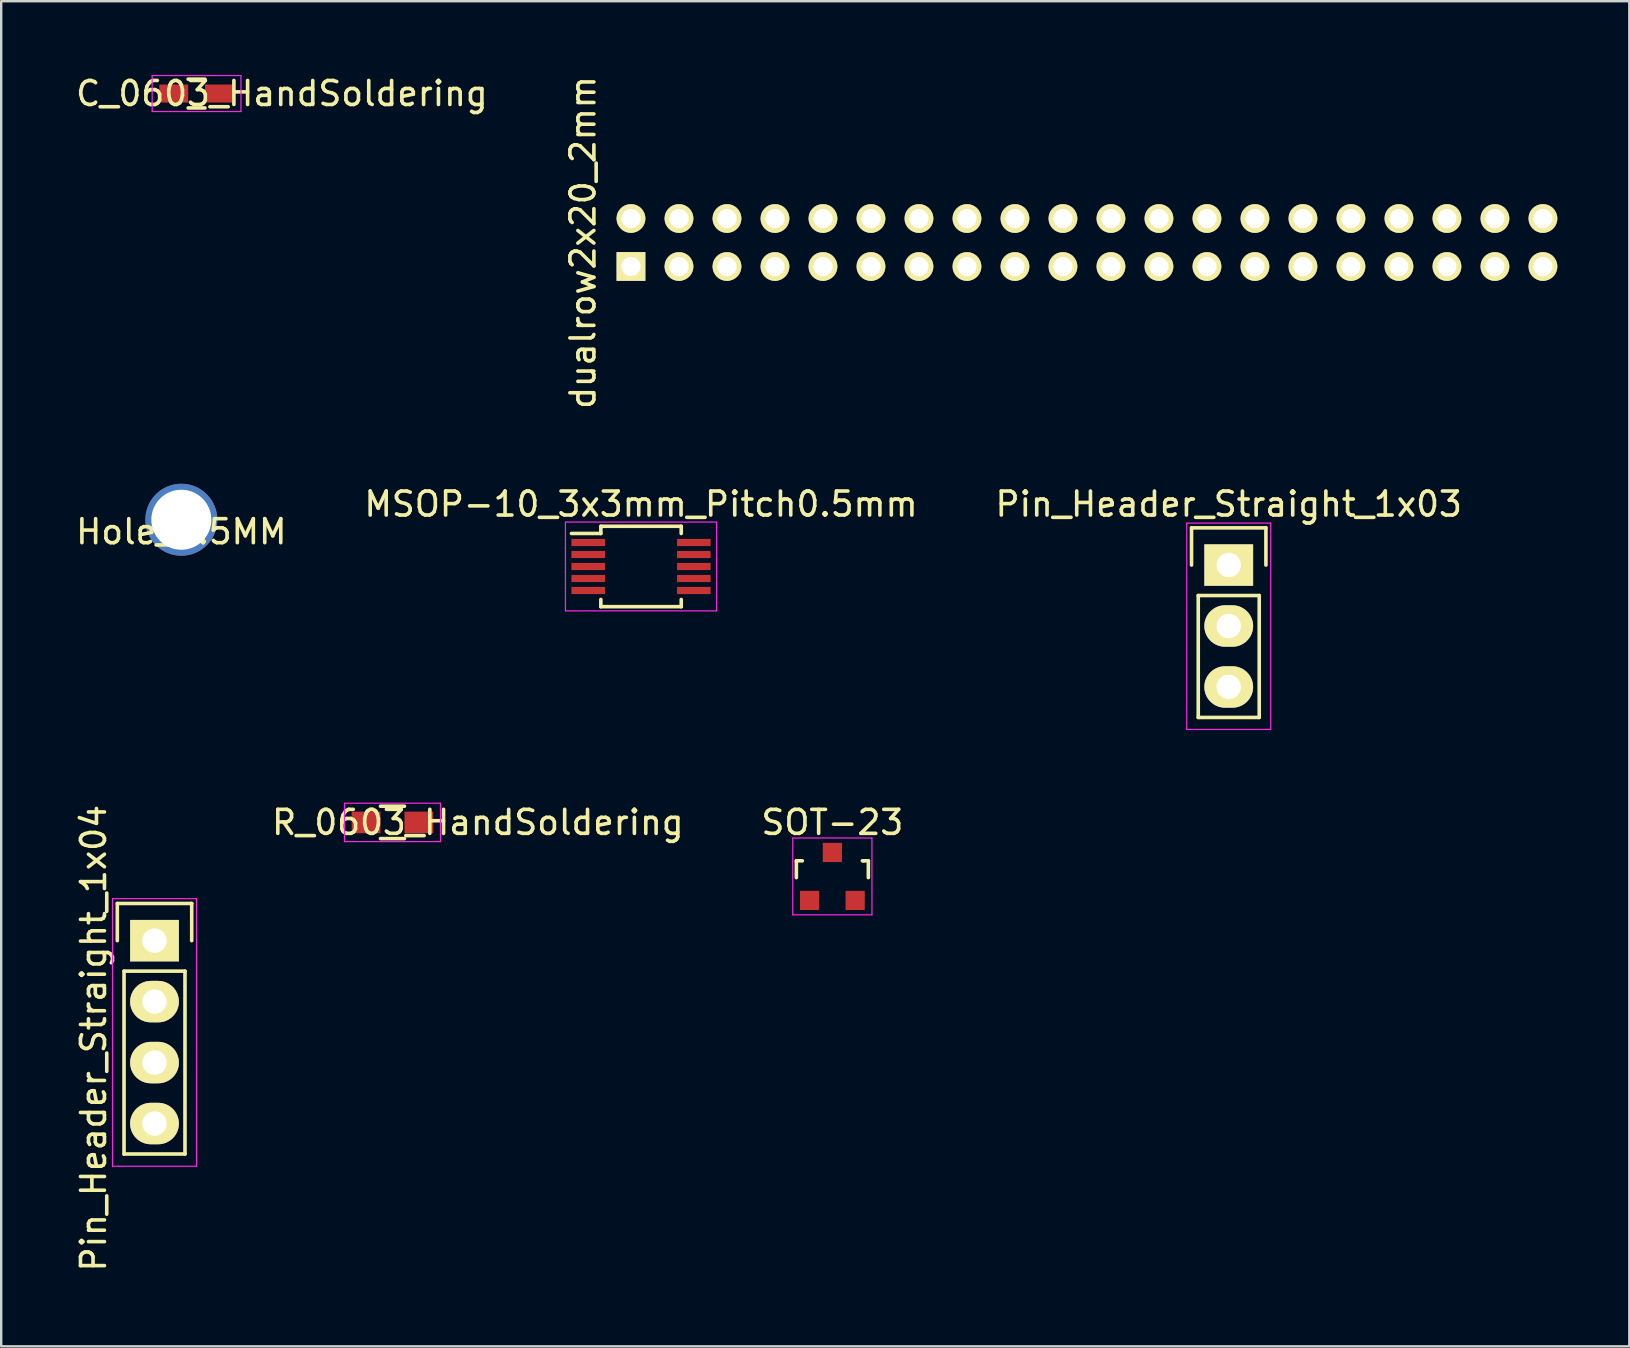
<source format=kicad_pcb>
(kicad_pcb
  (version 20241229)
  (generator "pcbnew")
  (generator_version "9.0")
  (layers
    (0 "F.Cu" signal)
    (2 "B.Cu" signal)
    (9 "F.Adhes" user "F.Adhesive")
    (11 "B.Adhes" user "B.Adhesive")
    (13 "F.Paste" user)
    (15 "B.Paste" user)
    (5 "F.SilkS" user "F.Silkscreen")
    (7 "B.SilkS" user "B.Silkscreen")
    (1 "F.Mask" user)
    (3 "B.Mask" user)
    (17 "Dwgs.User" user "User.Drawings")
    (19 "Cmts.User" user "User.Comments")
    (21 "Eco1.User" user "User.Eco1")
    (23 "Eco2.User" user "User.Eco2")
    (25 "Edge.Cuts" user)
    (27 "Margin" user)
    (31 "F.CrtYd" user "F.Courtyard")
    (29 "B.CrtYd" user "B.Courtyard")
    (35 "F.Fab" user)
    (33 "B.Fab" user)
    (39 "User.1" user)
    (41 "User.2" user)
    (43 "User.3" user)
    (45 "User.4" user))
  (footprint "MSOP-10_3x3mm_Pitch0.5mm"
    (layer "F.Cu")
    (at 23.661 20.555)
    (property "Reference" "MSOP-10_3x3mm_Pitch0.5mm" (at 0 -2.6 0) (layer "F.SilkS") (effects (font (size 1 1) (thickness 0.15))))
    (attr smd)
    (fp_line (start -1.675 -1.675) (end -1.675 -1.375) (stroke (width 0.15) (type solid)) (layer "F.SilkS"))
    (fp_line (start -1.675 -1.675) (end 1.675 -1.675) (stroke (width 0.15) (type solid)) (layer "F.SilkS"))
    (fp_line (start -1.675 -1.375) (end -2.9 -1.375) (stroke (width 0.15) (type solid)) (layer "F.SilkS"))
    (fp_line (start -1.675 1.675) (end -1.675 1.375) (stroke (width 0.15) (type solid)) (layer "F.SilkS"))
    (fp_line (start -1.675 1.675) (end 1.675 1.675) (stroke (width 0.15) (type solid)) (layer "F.SilkS"))
    (fp_line (start 1.675 -1.675) (end 1.675 -1.375) (stroke (width 0.15) (type solid)) (layer "F.SilkS"))
    (fp_line (start 1.675 1.675) (end 1.675 1.375) (stroke (width 0.15) (type solid)) (layer "F.SilkS"))
    (fp_line (start -3.15 -1.85) (end -3.15 1.85) (stroke (width 0.05) (type solid)) (layer "F.CrtYd"))
    (fp_line (start -3.15 -1.85) (end 3.15 -1.85) (stroke (width 0.05) (type solid)) (layer "F.CrtYd"))
    (fp_line (start -3.15 1.85) (end 3.15 1.85) (stroke (width 0.05) (type solid)) (layer "F.CrtYd"))
    (fp_line (start 3.15 -1.85) (end 3.15 1.85) (stroke (width 0.05) (type solid)) (layer "F.CrtYd"))
    (pad "1" smd rect (at -2.2 -1) (size 1.4 0.3) (layers "F.Cu" "F.Mask" "F.Paste"))
    (pad "2" smd rect (at -2.2 -0.5) (size 1.4 0.3) (layers "F.Cu" "F.Mask" "F.Paste"))
    (pad "3" smd rect (at -2.2 0) (size 1.4 0.3) (layers "F.Cu" "F.Mask" "F.Paste"))
    (pad "4" smd rect (at -2.2 0.5) (size 1.4 0.3) (layers "F.Cu" "F.Mask" "F.Paste"))
    (pad "5" smd rect (at -2.2 1) (size 1.4 0.3) (layers "F.Cu" "F.Mask" "F.Paste"))
    (pad "6" smd rect (at 2.2 1) (size 1.4 0.3) (layers "F.Cu" "F.Mask" "F.Paste"))
    (pad "7" smd rect (at 2.2 0.5) (size 1.4 0.3) (layers "F.Cu" "F.Mask" "F.Paste"))
    (pad "8" smd rect (at 2.2 0) (size 1.4 0.3) (layers "F.Cu" "F.Mask" "F.Paste"))
    (pad "9" smd rect (at 2.2 -0.5) (size 1.4 0.3) (layers "F.Cu" "F.Mask" "F.Paste"))
    (pad "10" smd rect (at 2.2 -1) (size 1.4 0.3) (layers "F.Cu" "F.Mask" "F.Paste")))
  (footprint "C_0603_HandSoldering"
    (layer "F.Cu")
    (at 5.14 0.848)
    (property "Reference" "C_0603_HandSoldering" (at 3.556 0 0) (layer "F.SilkS") (effects (font (size 1 1) (thickness 0.15))))
    (attr smd)
    (fp_line (start -0.35 -0.6) (end 0.35 -0.6) (stroke (width 0.15) (type solid)) (layer "F.SilkS"))
    (fp_line (start 0.35 0.6) (end -0.35 0.6) (stroke (width 0.15) (type solid)) (layer "F.SilkS"))
    (fp_line (start -1.85 -0.75) (end -1.85 0.75) (stroke (width 0.05) (type solid)) (layer "F.CrtYd"))
    (fp_line (start -1.85 -0.75) (end 1.85 -0.75) (stroke (width 0.05) (type solid)) (layer "F.CrtYd"))
    (fp_line (start -1.85 0.75) (end 1.85 0.75) (stroke (width 0.05) (type solid)) (layer "F.CrtYd"))
    (fp_line (start 1.85 -0.75) (end 1.85 0.75) (stroke (width 0.05) (type solid)) (layer "F.CrtYd"))
    (pad "1" smd rect (at -0.95 0) (size 1.2 0.75) (layers "F.Cu" "F.Mask" "F.Paste"))
    (pad "2" smd rect (at 0.95 0) (size 1.2 0.75) (layers "F.Cu" "F.Mask" "F.Paste")))
  (footprint "dualrow2x20_2mm"
    (layer "F.Cu")
    (at 23.241 8.054)
    (property "Reference" "dualrow2x20_2mm" (at -2 -1 90) (layer "F.SilkS") (effects (font (size 1 1) (thickness 0.15))))
    (attr through_hole)
    (pad "1" thru_hole rect (at 0 0) (size 1.2 1.2) (drill 0.8) (layers "*.Cu" "*.Mask" "F.SilkS"))
    (pad "2" thru_hole circle (at 0 -2) (size 1.2 1.2) (drill 0.8) (layers "*.Cu" "*.Mask" "F.SilkS"))
    (pad "3" thru_hole circle (at 2 0) (size 1.2 1.2) (drill 0.8) (layers "*.Cu" "*.Mask" "F.SilkS"))
    (pad "4" thru_hole circle (at 2 -2) (size 1.2 1.2) (drill 0.8) (layers "*.Cu" "*.Mask" "F.SilkS"))
    (pad "5" thru_hole circle (at 4 0) (size 1.2 1.2) (drill 0.8) (layers "*.Cu" "*.Mask" "F.SilkS"))
    (pad "6" thru_hole circle (at 4 -2) (size 1.2 1.2) (drill 0.8) (layers "*.Cu" "*.Mask" "F.SilkS"))
    (pad "7" thru_hole circle (at 6 0) (size 1.2 1.2) (drill 0.8) (layers "*.Cu" "*.Mask" "F.SilkS"))
    (pad "8" thru_hole circle (at 6 -2) (size 1.2 1.2) (drill 0.8) (layers "*.Cu" "*.Mask" "F.SilkS"))
    (pad "9" thru_hole circle (at 8 0) (size 1.2 1.2) (drill 0.8) (layers "*.Cu" "*.Mask" "F.SilkS"))
    (pad "10" thru_hole circle (at 8 -2) (size 1.2 1.2) (drill 0.8) (layers "*.Cu" "*.Mask" "F.SilkS"))
    (pad "11" thru_hole circle (at 10 0) (size 1.2 1.2) (drill 0.8) (layers "*.Cu" "*.Mask" "F.SilkS"))
    (pad "12" thru_hole circle (at 10 -2) (size 1.2 1.2) (drill 0.8) (layers "*.Cu" "*.Mask" "F.SilkS"))
    (pad "13" thru_hole circle (at 12 0) (size 1.2 1.2) (drill 0.8) (layers "*.Cu" "*.Mask" "F.SilkS"))
    (pad "14" thru_hole circle (at 12 -2) (size 1.2 1.2) (drill 0.8) (layers "*.Cu" "*.Mask" "F.SilkS"))
    (pad "15" thru_hole circle (at 14 0) (size 1.2 1.2) (drill 0.8) (layers "*.Cu" "*.Mask" "F.SilkS"))
    (pad "16" thru_hole circle (at 14 -2) (size 1.2 1.2) (drill 0.8) (layers "*.Cu" "*.Mask" "F.SilkS"))
    (pad "17" thru_hole circle (at 16 0) (size 1.2 1.2) (drill 0.8) (layers "*.Cu" "*.Mask" "F.SilkS"))
    (pad "18" thru_hole circle (at 16 -2) (size 1.2 1.2) (drill 0.8) (layers "*.Cu" "*.Mask" "F.SilkS"))
    (pad "19" thru_hole circle (at 18 0) (size 1.2 1.2) (drill 0.8) (layers "*.Cu" "*.Mask" "F.SilkS"))
    (pad "20" thru_hole circle (at 18 -2) (size 1.2 1.2) (drill 0.8) (layers "*.Cu" "*.Mask" "F.SilkS"))
    (pad "21" thru_hole circle (at 20 0) (size 1.2 1.2) (drill 0.8) (layers "*.Cu" "*.Mask" "F.SilkS"))
    (pad "22" thru_hole circle (at 20 -2) (size 1.2 1.2) (drill 0.8) (layers "*.Cu" "*.Mask" "F.SilkS"))
    (pad "23" thru_hole circle (at 22 0) (size 1.2 1.2) (drill 0.8) (layers "*.Cu" "*.Mask" "F.SilkS"))
    (pad "24" thru_hole circle (at 22 -2) (size 1.2 1.2) (drill 0.8) (layers "*.Cu" "*.Mask" "F.SilkS"))
    (pad "25" thru_hole circle (at 24 0) (size 1.2 1.2) (drill 0.8) (layers "*.Cu" "*.Mask" "F.SilkS"))
    (pad "26" thru_hole circle (at 24 -2) (size 1.2 1.2) (drill 0.8) (layers "*.Cu" "*.Mask" "F.SilkS"))
    (pad "27" thru_hole circle (at 26 0) (size 1.2 1.2) (drill 0.8) (layers "*.Cu" "*.Mask" "F.SilkS"))
    (pad "28" thru_hole circle (at 26 -2) (size 1.2 1.2) (drill 0.8) (layers "*.Cu" "*.Mask" "F.SilkS"))
    (pad "29" thru_hole circle (at 28 0) (size 1.2 1.2) (drill 0.8) (layers "*.Cu" "*.Mask" "F.SilkS"))
    (pad "30" thru_hole circle (at 28 -2) (size 1.2 1.2) (drill 0.8) (layers "*.Cu" "*.Mask" "F.SilkS"))
    (pad "31" thru_hole circle (at 30 0) (size 1.2 1.2) (drill 0.8) (layers "*.Cu" "*.Mask" "F.SilkS"))
    (pad "32" thru_hole circle (at 30 -2) (size 1.2 1.2) (drill 0.8) (layers "*.Cu" "*.Mask" "F.SilkS"))
    (pad "33" thru_hole circle (at 32 0) (size 1.2 1.2) (drill 0.8) (layers "*.Cu" "*.Mask" "F.SilkS"))
    (pad "34" thru_hole circle (at 32 -2) (size 1.2 1.2) (drill 0.8) (layers "*.Cu" "*.Mask" "F.SilkS"))
    (pad "35" thru_hole circle (at 34 0) (size 1.2 1.2) (drill 0.8) (layers "*.Cu" "*.Mask" "F.SilkS"))
    (pad "36" thru_hole circle (at 34 -2) (size 1.2 1.2) (drill 0.8) (layers "*.Cu" "*.Mask" "F.SilkS"))
    (pad "37" thru_hole circle (at 36 0) (size 1.2 1.2) (drill 0.8) (layers "*.Cu" "*.Mask" "F.SilkS"))
    (pad "38" thru_hole circle (at 36 -2) (size 1.2 1.2) (drill 0.8) (layers "*.Cu" "*.Mask" "F.SilkS"))
    (pad "39" thru_hole circle (at 38 0) (size 1.2 1.2) (drill 0.8) (layers "*.Cu" "*.Mask" "F.SilkS"))
    (pad "40" thru_hole circle (at 38 -2) (size 1.2 1.2) (drill 0.8) (layers "*.Cu" "*.Mask" "F.SilkS")))
  (footprint "Pin_Header_Straight_1x04"
    (layer "F.Cu")
    (at 3.388 36.146)
    (property "Reference" "Pin_Header_Straight_1x04" (at -2.54 4.064 90) (layer "F.SilkS") (effects (font (size 1 1) (thickness 0.15))))
    (attr through_hole)
    (fp_line (start -1.55 -1.55) (end 1.55 -1.55) (stroke (width 0.15) (type solid)) (layer "F.SilkS"))
    (fp_line (start -1.55 0) (end -1.55 -1.55) (stroke (width 0.15) (type solid)) (layer "F.SilkS"))
    (fp_line (start -1.27 1.27) (end -1.27 8.89) (stroke (width 0.15) (type solid)) (layer "F.SilkS"))
    (fp_line (start -1.27 8.89) (end 1.27 8.89) (stroke (width 0.15) (type solid)) (layer "F.SilkS"))
    (fp_line (start 1.27 1.27) (end -1.27 1.27) (stroke (width 0.15) (type solid)) (layer "F.SilkS"))
    (fp_line (start 1.27 1.27) (end 1.27 8.89) (stroke (width 0.15) (type solid)) (layer "F.SilkS"))
    (fp_line (start 1.55 -1.55) (end 1.55 0) (stroke (width 0.15) (type solid)) (layer "F.SilkS"))
    (fp_line (start -1.75 -1.75) (end -1.75 9.4) (stroke (width 0.05) (type solid)) (layer "F.CrtYd"))
    (fp_line (start -1.75 -1.75) (end 1.75 -1.75) (stroke (width 0.05) (type solid)) (layer "F.CrtYd"))
    (fp_line (start -1.75 9.4) (end 1.75 9.4) (stroke (width 0.05) (type solid)) (layer "F.CrtYd"))
    (fp_line (start 1.75 -1.75) (end 1.75 9.4) (stroke (width 0.05) (type solid)) (layer "F.CrtYd"))
    (pad "1" thru_hole rect (at 0 0) (size 2.032 1.727) (drill 1.016) (layers "*.Cu" "*.Mask" "F.SilkS"))
    (pad "2" thru_hole oval (at 0 2.54) (size 2.032 1.727) (drill 1.016) (layers "*.Cu" "*.Mask" "F.SilkS"))
    (pad "3" thru_hole oval (at 0 5.08) (size 2.032 1.727) (drill 1.016) (layers "*.Cu" "*.Mask" "F.SilkS"))
    (pad "4" thru_hole oval (at 0 7.62) (size 2.032 1.727) (drill 1.016) (layers "*.Cu" "*.Mask" "F.SilkS")))
  (footprint "SOT-23"
    (layer "F.Cu")
    (at 31.633 33.469)
    (property "Reference" "SOT-23" (at 0 -2.25 0) (layer "F.SilkS") (effects (font (size 1 1) (thickness 0.15))))
    (attr smd)
    (fp_line (start -1.5 -0.65) (end -1.251 -0.65) (stroke (width 0.15) (type solid)) (layer "F.SilkS"))
    (fp_line (start -1.5 0.051) (end -1.5 -0.65) (stroke (width 0.15) (type solid)) (layer "F.SilkS"))
    (fp_line (start 1.299 -0.65) (end 1.251 -0.65) (stroke (width 0.15) (type solid)) (layer "F.SilkS"))
    (fp_line (start 1.299 -0.65) (end 1.5 -0.65) (stroke (width 0.15) (type solid)) (layer "F.SilkS"))
    (fp_line (start 1.5 -0.65) (end 1.5 0.051) (stroke (width 0.15) (type solid)) (layer "F.SilkS"))
    (fp_line (start -1.65 -1.6) (end 1.65 -1.6) (stroke (width 0.05) (type solid)) (layer "F.CrtYd"))
    (fp_line (start -1.65 1.6) (end -1.65 -1.6) (stroke (width 0.05) (type solid)) (layer "F.CrtYd"))
    (fp_line (start 1.65 -1.6) (end 1.65 1.6) (stroke (width 0.05) (type solid)) (layer "F.CrtYd"))
    (fp_line (start 1.65 1.6) (end -1.65 1.6) (stroke (width 0.05) (type solid)) (layer "F.CrtYd"))
    (pad "1" smd rect (at -0.95 1.001) (size 0.8 0.8) (layers "F.Cu" "F.Mask" "F.Paste"))
    (pad "2" smd rect (at 0.95 1.001) (size 0.8 0.8) (layers "F.Cu" "F.Mask" "F.Paste"))
    (pad "3" smd rect (at 0 -0.998) (size 0.8 0.8) (layers "F.Cu" "F.Mask" "F.Paste")))
  (footprint "Hole_2.5MM"
    (layer "F.Cu")
    (at 4.506 18.607)
    (property "Reference" "Hole_2.5MM" (at 0 0.5 0) (layer "F.SilkS") (effects (font (size 1 1) (thickness 0.15))))
    (attr through_hole)
    (pad "1" thru_hole circle (at 0 0) (size 3 3) (drill 2.5) (layers "*.Cu" "*.Mask")))
  (footprint "R_0603_HandSoldering"
    (layer "F.Cu")
    (at 13.304 31.219)
    (property "Reference" "R_0603_HandSoldering" (at 3.556 0 0) (layer "F.SilkS") (effects (font (size 1 1) (thickness 0.15))))
    (attr smd)
    (fp_line (start -0.5 -0.675) (end 0.5 -0.675) (stroke (width 0.15) (type solid)) (layer "F.SilkS"))
    (fp_line (start 0.5 0.675) (end -0.5 0.675) (stroke (width 0.15) (type solid)) (layer "F.SilkS"))
    (fp_line (start -2 -0.8) (end -2 0.8) (stroke (width 0.05) (type solid)) (layer "F.CrtYd"))
    (fp_line (start -2 -0.8) (end 2 -0.8) (stroke (width 0.05) (type solid)) (layer "F.CrtYd"))
    (fp_line (start -2 0.8) (end 2 0.8) (stroke (width 0.05) (type solid)) (layer "F.CrtYd"))
    (fp_line (start 2 -0.8) (end 2 0.8) (stroke (width 0.05) (type solid)) (layer "F.CrtYd"))
    (pad "1" smd rect (at -1.1 0) (size 1.2 0.9) (layers "F.Cu" "F.Mask" "F.Paste"))
    (pad "2" smd rect (at 1.1 0) (size 1.2 0.9) (layers "F.Cu" "F.Mask" "F.Paste")))
  (footprint "Pin_Header_Straight_1x03"
    (layer "F.Cu")
    (at 48.149 20.495)
    (property "Reference" "Pin_Header_Straight_1x03" (at 0 -2.54 0) (layer "F.SilkS") (effects (font (size 1 1) (thickness 0.15))))
    (attr through_hole)
    (fp_line (start -1.55 -1.55) (end 1.55 -1.55) (stroke (width 0.15) (type solid)) (layer "F.SilkS"))
    (fp_line (start -1.55 0) (end -1.55 -1.55) (stroke (width 0.15) (type solid)) (layer "F.SilkS"))
    (fp_line (start -1.27 1.27) (end -1.27 6.35) (stroke (width 0.15) (type solid)) (layer "F.SilkS"))
    (fp_line (start -1.27 6.35) (end 1.27 6.35) (stroke (width 0.15) (type solid)) (layer "F.SilkS"))
    (fp_line (start 1.27 1.27) (end -1.27 1.27) (stroke (width 0.15) (type solid)) (layer "F.SilkS"))
    (fp_line (start 1.27 6.35) (end 1.27 1.27) (stroke (width 0.15) (type solid)) (layer "F.SilkS"))
    (fp_line (start 1.55 -1.55) (end 1.55 0) (stroke (width 0.15) (type solid)) (layer "F.SilkS"))
    (fp_line (start -1.75 -1.75) (end -1.75 6.85) (stroke (width 0.05) (type solid)) (layer "F.CrtYd"))
    (fp_line (start -1.75 -1.75) (end 1.75 -1.75) (stroke (width 0.05) (type solid)) (layer "F.CrtYd"))
    (fp_line (start -1.75 6.85) (end 1.75 6.85) (stroke (width 0.05) (type solid)) (layer "F.CrtYd"))
    (fp_line (start 1.75 -1.75) (end 1.75 6.85) (stroke (width 0.05) (type solid)) (layer "F.CrtYd"))
    (pad "1" thru_hole rect (at 0 0) (size 2.032 1.727) (drill 1.016) (layers "*.Cu" "*.Mask" "F.SilkS"))
    (pad "2" thru_hole oval (at 0 2.54) (size 2.032 1.727) (drill 1.016) (layers "*.Cu" "*.Mask" "F.SilkS"))
    (pad "3" thru_hole oval (at 0 5.08) (size 2.032 1.727) (drill 1.016) (layers "*.Cu" "*.Mask" "F.SilkS")))
  (gr_rect
    (start -3 -3)
    (end 64.841 53.049)
    (stroke (width 0.1) (type default))
    (fill no)
    (layer "Edge.Cuts")))
</source>
